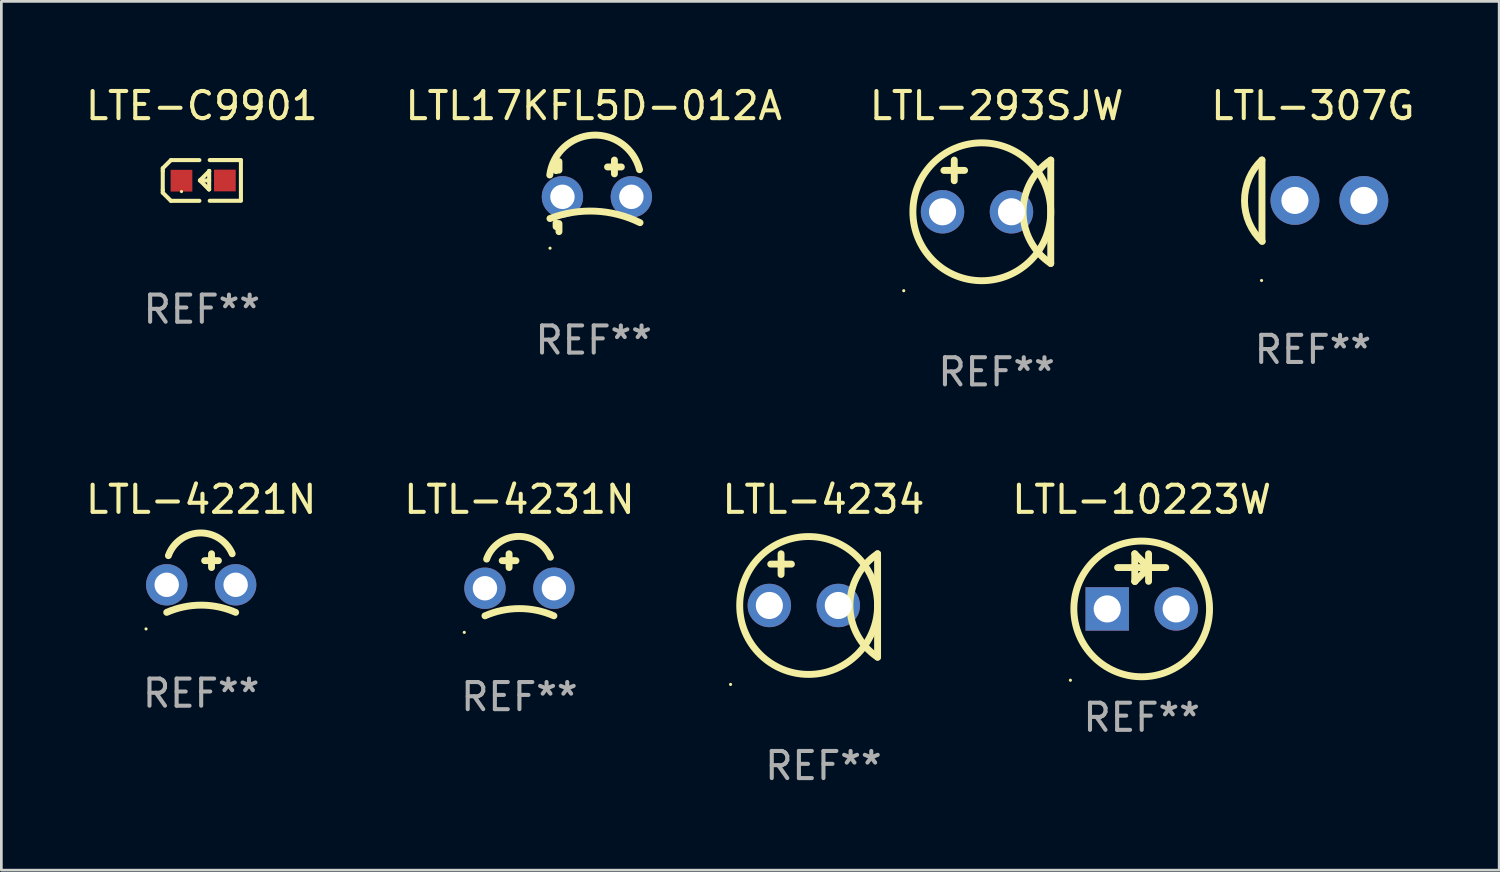
<source format=kicad_pcb>
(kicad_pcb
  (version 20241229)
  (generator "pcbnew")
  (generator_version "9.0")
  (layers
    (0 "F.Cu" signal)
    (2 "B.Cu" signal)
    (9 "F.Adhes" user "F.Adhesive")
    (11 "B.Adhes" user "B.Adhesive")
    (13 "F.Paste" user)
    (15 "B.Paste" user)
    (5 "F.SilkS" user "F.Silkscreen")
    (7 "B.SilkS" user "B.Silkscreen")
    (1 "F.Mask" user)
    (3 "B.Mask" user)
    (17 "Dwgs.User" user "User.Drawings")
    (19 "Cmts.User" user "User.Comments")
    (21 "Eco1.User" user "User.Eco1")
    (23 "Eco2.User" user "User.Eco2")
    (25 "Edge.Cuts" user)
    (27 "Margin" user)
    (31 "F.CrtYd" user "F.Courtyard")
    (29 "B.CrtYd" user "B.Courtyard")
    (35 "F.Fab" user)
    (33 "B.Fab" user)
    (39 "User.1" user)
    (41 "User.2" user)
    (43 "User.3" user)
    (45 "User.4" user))
  (footprint "LTE-C9901"
    (layer "F.Cu")
    (at 4.387 3.599)
    (property "Reference" "LTE-C9901" (at 0 -2.751 0) (layer "F.SilkS") (effects (font (size 1 1) (thickness 0.15))))
    (attr through_hole)
    (fp_line (start -1.44 -0.449) (end -1.14 -0.749) (stroke (width 0.15) (type solid)) (layer "F.SilkS"))
    (fp_line (start -1.44 -0.349) (end -1.44 -0.449) (stroke (width 0.15) (type solid)) (layer "F.SilkS"))
    (fp_line (start -1.44 -0.349) (end -1.44 0.351) (stroke (width 0.15) (type solid)) (layer "F.SilkS"))
    (fp_line (start -1.44 0.351) (end -1.44 0.451) (stroke (width 0.15) (type solid)) (layer "F.SilkS"))
    (fp_line (start -1.44 0.451) (end -1.14 0.751) (stroke (width 0.15) (type solid)) (layer "F.SilkS"))
    (fp_line (start -0.09 -0.749) (end -1.14 -0.749) (stroke (width 0.15) (type solid)) (layer "F.SilkS"))
    (fp_line (start -0.09 0.751) (end -1.14 0.751) (stroke (width 0.15) (type solid)) (layer "F.SilkS"))
    (fp_line (start 0.26 0.329) (end -0.07 -0.001) (stroke (width 0.15) (type solid)) (layer "F.SilkS"))
    (fp_line (start 0.27 -0.351) (end 0.27 -0.341) (stroke (width 0.15) (type solid)) (layer "F.SilkS"))
    (fp_line (start 0.27 -0.351) (end 0.27 0.329) (stroke (width 0.15) (type solid)) (layer "F.SilkS"))
    (fp_line (start 0.27 -0.341) (end -0.07 -0.001) (stroke (width 0.15) (type solid)) (layer "F.SilkS"))
    (fp_line (start 0.27 -0.001) (end -0.07 -0.001) (stroke (width 0.15) (type solid)) (layer "F.SilkS"))
    (fp_line (start 0.27 0.329) (end 0.26 0.329) (stroke (width 0.15) (type solid)) (layer "F.SilkS"))
    (fp_line (start 0.29 -0.751) (end 1.44 -0.751) (stroke (width 0.15) (type solid)) (layer "F.SilkS"))
    (fp_line (start 0.29 0.749) (end 1.44 0.749) (stroke (width 0.15) (type solid)) (layer "F.SilkS"))
    (fp_line (start 1.44 -0.751) (end 1.44 0.729) (stroke (width 0.15) (type solid)) (layer "F.SilkS"))
    (fp_circle (center -0.75 0.409) (end -0.72 0.409) (stroke (width 0.06) (type solid)) (fill no) (layer "F.SilkS"))
    (fp_text user "REF**" (at 0 4.751 0) (layer "F.Fab") (effects (font (size 1 1) (thickness 0.15))))
    (pad "1" smd rect (at -0.75 0.009 90) (size 0.8 0.8) (layers "F.Cu" "F.Mask" "F.Paste"))
    (pad "2" smd rect (at 0.849 0.002 90) (size 0.8 0.8) (layers "F.Cu" "F.Mask" "F.Paste")))
  (footprint "LTL-293SJW"
    (layer "F.Cu")
    (at 33.673 4.753)
    (property "Reference" "LTL-293SJW" (at 0 -3.905 0) (layer "F.SilkS") (effects (font (size 1 1) (thickness 0.15))))
    (attr through_hole)
    (fp_line (start -1.943 -1.524) (end -1.181 -1.524) (stroke (width 0.254) (type solid)) (layer "F.SilkS"))
    (fp_line (start -1.562 -1.143) (end -1.562 -1.905) (stroke (width 0.254) (type solid)) (layer "F.SilkS"))
    (fp_line (start 1.994 1.905) (end 1.994 -1.905) (stroke (width 0.254) (type solid)) (layer "F.SilkS"))
    (fp_arc (start 1.993899 1.905) (mid 0.974377 0) (end 1.993899 -1.905) (stroke (width 0.254001) (type solid)) (layer "F.SilkS"))
    (fp_circle (center -3.423 2.909) (end -3.393 2.909) (stroke (width 0.06) (type solid)) (fill no) (layer "F.SilkS"))
    (fp_circle (center -0.546 0) (end 1.994 0) (stroke (width 0.254) (type solid)) (fill no) (layer "F.SilkS"))
    (fp_text user "REF**" (at 0 5.905 0) (layer "F.Fab") (effects (font (size 1 1) (thickness 0.15))))
    (pad "1" thru_hole circle (at -1.994 0) (size 1.6 1.6) (drill 1) (layers "*.Cu" "*.Mask"))
    (pad "2" thru_hole circle (at 0.546 0) (size 1.6 1.6) (drill 1) (layers "*.Cu" "*.Mask")))
  (footprint "LTL-307G"
    (layer "F.Cu")
    (at 45.327 4.34)
    (property "Reference" "LTL-307G" (at 0 -3.492 0) (layer "F.SilkS") (effects (font (size 1 1) (thickness 0.15))))
    (attr through_hole)
    (fp_line (start -1.877 -1.492) (end -1.877 1.492) (stroke (width 0.254) (type solid)) (layer "F.SilkS"))
    (fp_arc (start -1.867971 1.507023) (mid -2.520747 0.007816) (end -1.879553 -1.496381) (stroke (width 0.254001) (type solid)) (layer "F.SilkS"))
    (fp_circle (center -1.893 2.945) (end -1.863 2.945) (stroke (width 0.06) (type solid)) (fill no) (layer "F.SilkS"))
    (fp_text user "REF**" (at 0 5.492 0) (layer "F.Fab") (effects (font (size 1 1) (thickness 0.15))))
    (pad "1" thru_hole circle (at -0.663 -0.005) (size 1.8 1.8) (drill 1) (layers "*.Cu" "*.Mask"))
    (pad "2" thru_hole circle (at 1.877 -0.005) (size 1.8 1.8) (drill 1) (layers "*.Cu" "*.Mask")))
  (footprint "LTL17KFL5D-012A"
    (layer "F.Cu")
    (at 18.827 4.167)
    (property "Reference" "LTL17KFL5D-012A" (at 0 -3.319 0) (layer "F.SilkS") (effects (font (size 1 1) (thickness 0.15))))
    (attr through_hole)
    (fp_line (start -1.387 -1.142) (end -1.387 -0.93) (stroke (width 0.254) (type solid)) (layer "F.SilkS"))
    (fp_line (start -1.387 1) (end -1.387 1.132) (stroke (width 0.254) (type solid)) (layer "F.SilkS"))
    (fp_line (start -1.281 -1.264) (end -1.281 -0.949) (stroke (width 0.254) (type solid)) (layer "F.SilkS"))
    (fp_line (start -1.281 1.02) (end -1.281 1.319) (stroke (width 0.254) (type solid)) (layer "F.SilkS"))
    (fp_line (start 0.509 -1.065) (end 1.017 -1.065) (stroke (width 0.254) (type solid)) (layer "F.SilkS"))
    (fp_line (start 0.763 -1.319) (end 0.763 -0.811) (stroke (width 0.254) (type solid)) (layer "F.SilkS"))
    (fp_arc (start -1.620104 -0.767996) (mid -0.04794 -2.236357) (end 1.687109 -0.964592) (stroke (width 0.254001) (type solid)) (layer "F.SilkS"))
    (fp_arc (start -1.612891 0.835408) (mid 0.062803 0.564148) (end 1.70654 0.988011) (stroke (width 0.254001) (type solid)) (layer "F.SilkS"))
    (fp_circle (center -1.61 1.928) (end -1.58 1.928) (stroke (width 0.06) (type solid)) (fill no) (layer "F.SilkS"))
    (fp_text user "REF**" (at 0 5.319 0) (layer "F.Fab") (effects (font (size 1 1) (thickness 0.15))))
    (pad "1" thru_hole circle (at -1.153 0.035) (size 1.524 1.524) (drill 0.9) (layers "*.Cu" "*.Mask"))
    (pad "2" thru_hole circle (at 1.387 0.035) (size 1.524 1.524) (drill 0.9) (layers "*.Cu" "*.Mask")))
  (footprint "LTL-4221N"
    (layer "F.Cu")
    (at 4.363 17.926)
    (property "Reference" "LTL-4221N" (at 0 -2.572 0) (layer "F.SilkS") (effects (font (size 1 1) (thickness 0.15))))
    (attr through_hole)
    (fp_line (start 0.127 -0.318) (end 0.635 -0.318) (stroke (width 0.254) (type solid)) (layer "F.SilkS"))
    (fp_line (start 0.381 -0.572) (end 0.381 -0.064) (stroke (width 0.254) (type solid)) (layer "F.SilkS"))
    (fp_arc (start -1.270003 1.587503) (mid 0 1.321302) (end 1.270002 1.587503) (stroke (width 0.254001) (type solid)) (layer "F.SilkS"))
    (fp_arc (start -1.208153 -0.502413) (mid -0.056118 -1.338152) (end 1.143002 -0.571501) (stroke (width 0.254001) (type solid)) (layer "F.SilkS"))
    (fp_circle (center -2.032 2.198) (end -2.002 2.198) (stroke (width 0.06) (type solid)) (fill no) (layer "F.SilkS"))
    (fp_text user "REF**" (at 0 4.572 0) (layer "F.Fab") (effects (font (size 1 1) (thickness 0.15))))
    (pad "1" thru_hole circle (at -1.27 0.572) (size 1.524 1.524) (drill 0.9) (layers "*.Cu" "*.Mask"))
    (pad "2" thru_hole circle (at 1.27 0.572) (size 1.524 1.524) (drill 0.9) (layers "*.Cu" "*.Mask")))
  (footprint "LTL-10223W"
    (layer "F.Cu")
    (at 39.018 18.371)
    (property "Reference" "LTL-10223W" (at 0 -3.016 0) (layer "F.SilkS") (effects (font (size 1 1) (thickness 0.15))))
    (attr through_hole)
    (fp_line (start -0.889 -0.508) (end 0.888 -0.508) (stroke (width 0.254) (type solid)) (layer "F.SilkS"))
    (fp_line (start -0.255 -1.016) (end -0.255 0) (stroke (width 0.254) (type solid)) (layer "F.SilkS"))
    (fp_line (start -0.255 0) (end -0.248 0) (stroke (width 0.254) (type solid)) (layer "F.SilkS"))
    (fp_line (start -0.248 0) (end 0.26 -0.508) (stroke (width 0.254) (type solid)) (layer "F.SilkS"))
    (fp_line (start 0.246 -0.515) (end -0.255 -1.016) (stroke (width 0.254) (type solid)) (layer "F.SilkS"))
    (fp_line (start 0.246 -0.508) (end 0.246 -0.515) (stroke (width 0.254) (type solid)) (layer "F.SilkS"))
    (fp_line (start 0.253 -1.016) (end 0.253 0) (stroke (width 0.254) (type solid)) (layer "F.SilkS"))
    (fp_circle (center -2.627 3.643) (end -2.597 3.643) (stroke (width 0.06) (type solid)) (fill no) (layer "F.SilkS"))
    (fp_circle (center 0 1.016) (end 2.5 1.016) (stroke (width 0.254) (type solid)) (fill no) (layer "F.SilkS"))
    (fp_text user "REF**" (at 0 5.016 0) (layer "F.Fab") (effects (font (size 1 1) (thickness 0.15))))
    (pad "1" thru_hole rect (at -1.27 1.016) (size 1.6 1.6) (drill 1) (layers "*.Cu" "*.Mask"))
    (pad "2" thru_hole circle (at 1.27 1.016) (size 1.6 1.6) (drill 1) (layers "*.Cu" "*.Mask")))
  (footprint "LTL-4231N"
    (layer "F.Cu")
    (at 16.089 17.99)
    (property "Reference" "LTL-4231N" (at 0 -2.635 0) (layer "F.SilkS") (effects (font (size 1 1) (thickness 0.15))))
    (attr through_hole)
    (fp_line (start -0.635 -0.381) (end -0.127 -0.381) (stroke (width 0.254) (type solid)) (layer "F.SilkS"))
    (fp_line (start -0.381 -0.635) (end -0.381 -0.127) (stroke (width 0.254) (type solid)) (layer "F.SilkS"))
    (fp_arc (start -1.270003 1.651003) (mid 0 1.384802) (end 1.270002 1.651003) (stroke (width 0.254001) (type solid)) (layer "F.SilkS"))
    (fp_arc (start -1.208153 -0.438913) (mid -0.056118 -1.274652) (end 1.143002 -0.508001) (stroke (width 0.254001) (type solid)) (layer "F.SilkS"))
    (fp_circle (center -2.032 2.261) (end -2.002 2.261) (stroke (width 0.06) (type solid)) (fill no) (layer "F.SilkS"))
    (fp_text user "REF**" (at 0 4.635 0) (layer "F.Fab") (effects (font (size 1 1) (thickness 0.15))))
    (pad "1" thru_hole circle (at -1.27 0.635) (size 1.524 1.524) (drill 0.9) (layers "*.Cu" "*.Mask"))
    (pad "2" thru_hole circle (at 1.27 0.635) (size 1.524 1.524) (drill 0.9) (layers "*.Cu" "*.Mask")))
  (footprint "LTL-4234"
    (layer "F.Cu")
    (at 27.292 19.26)
    (property "Reference" "LTL-4234" (at 0 -3.905 0) (layer "F.SilkS") (effects (font (size 1 1) (thickness 0.15))))
    (attr through_hole)
    (fp_line (start -1.943 -1.524) (end -1.181 -1.524) (stroke (width 0.254) (type solid)) (layer "F.SilkS"))
    (fp_line (start -1.562 -1.143) (end -1.562 -1.905) (stroke (width 0.254) (type solid)) (layer "F.SilkS"))
    (fp_line (start 1.994 1.905) (end 1.994 -1.905) (stroke (width 0.254) (type solid)) (layer "F.SilkS"))
    (fp_arc (start 1.993899 1.905) (mid 0.974377 0) (end 1.993899 -1.905) (stroke (width 0.254001) (type solid)) (layer "F.SilkS"))
    (fp_circle (center -3.423 2.909) (end -3.393 2.909) (stroke (width 0.06) (type solid)) (fill no) (layer "F.SilkS"))
    (fp_circle (center -0.546 0) (end 1.994 0) (stroke (width 0.254) (type solid)) (fill no) (layer "F.SilkS"))
    (fp_text user "REF**" (at 0 5.905 0) (layer "F.Fab") (effects (font (size 1 1) (thickness 0.15))))
    (pad "1" thru_hole circle (at -1.994 0) (size 1.6 1.6) (drill 1) (layers "*.Cu" "*.Mask"))
    (pad "2" thru_hole circle (at 0.546 0) (size 1.6 1.6) (drill 1) (layers "*.Cu" "*.Mask")))
  (gr_rect
    (start -3 -3)
    (end 52.19 29.013)
    (stroke (width 0.1) (type default))
    (fill no)
    (layer "Edge.Cuts")))
</source>
